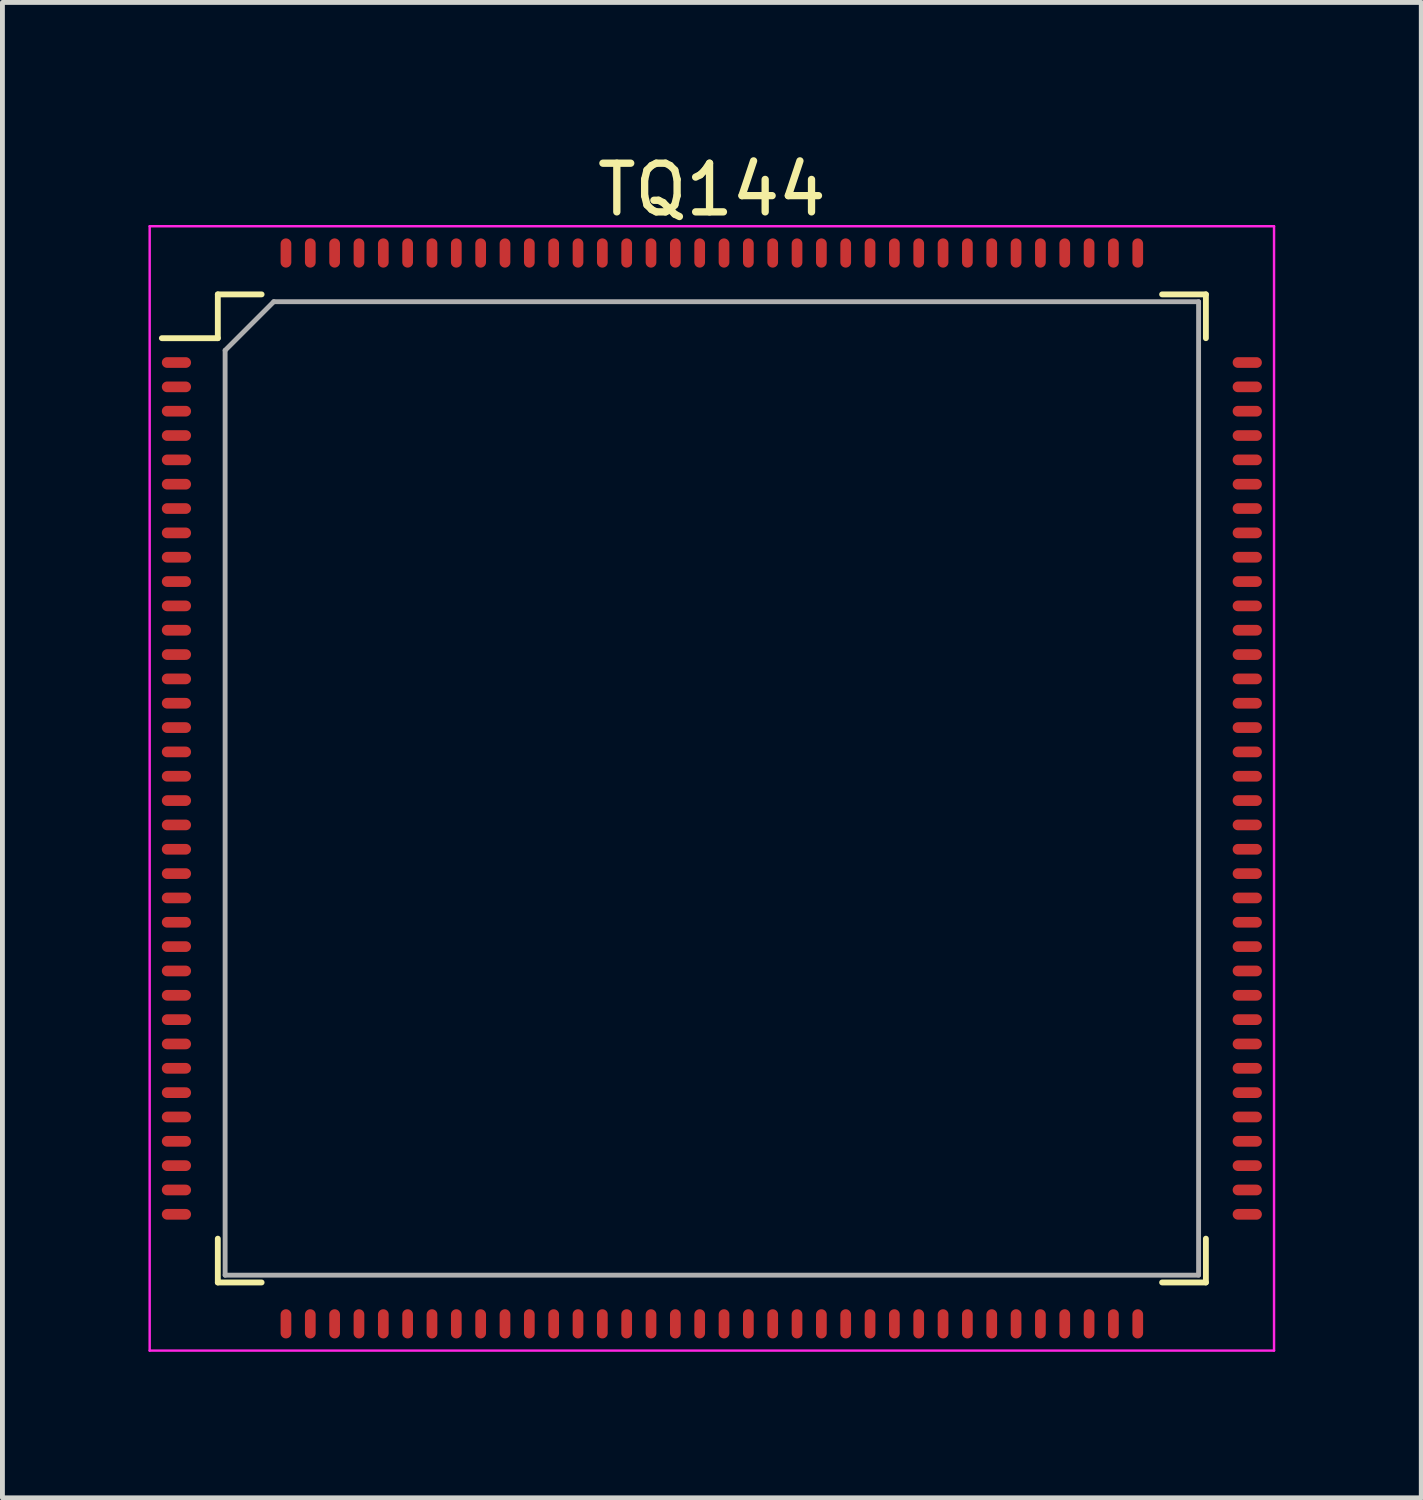
<source format=kicad_pcb>
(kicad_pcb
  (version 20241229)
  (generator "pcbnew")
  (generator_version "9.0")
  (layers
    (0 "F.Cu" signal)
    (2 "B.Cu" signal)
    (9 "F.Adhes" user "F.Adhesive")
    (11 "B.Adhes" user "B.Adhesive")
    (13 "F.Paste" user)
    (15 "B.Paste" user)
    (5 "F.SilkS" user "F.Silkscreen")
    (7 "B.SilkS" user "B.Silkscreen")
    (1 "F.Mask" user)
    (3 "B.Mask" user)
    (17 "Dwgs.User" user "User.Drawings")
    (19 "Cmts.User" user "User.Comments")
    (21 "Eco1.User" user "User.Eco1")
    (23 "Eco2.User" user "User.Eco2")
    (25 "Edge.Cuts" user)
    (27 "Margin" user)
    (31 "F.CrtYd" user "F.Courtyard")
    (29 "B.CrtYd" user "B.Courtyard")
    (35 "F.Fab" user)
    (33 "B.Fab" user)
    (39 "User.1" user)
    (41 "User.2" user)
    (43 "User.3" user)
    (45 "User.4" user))
  (footprint "TQ144"
    (layer "F.Cu")
    (at 11.575 13.148)
    (property "Reference" "TQ144" (at 0 -12.3 0) (layer "F.SilkS") (effects (font (size 1 1) (thickness 0.15))))
    (attr smd)
    (fp_line (start -10.15 -10.15) (end -10.15 -9.25) (stroke (width 0.12) (type default)) (layer "F.SilkS"))
    (fp_line (start -10.15 -9.25) (end -11.3 -9.25) (stroke (width 0.12) (type default)) (layer "F.SilkS"))
    (fp_line (start -10.15 10.15) (end -10.15 9.25) (stroke (width 0.12) (type default)) (layer "F.SilkS"))
    (fp_line (start -9.25 -10.15) (end -10.15 -10.15) (stroke (width 0.12) (type default)) (layer "F.SilkS"))
    (fp_line (start -9.25 10.15) (end -10.15 10.15) (stroke (width 0.12) (type default)) (layer "F.SilkS"))
    (fp_line (start 9.25 -10.15) (end 10.15 -10.15) (stroke (width 0.12) (type default)) (layer "F.SilkS"))
    (fp_line (start 9.25 10.15) (end 10.15 10.15) (stroke (width 0.12) (type default)) (layer "F.SilkS"))
    (fp_line (start 10.15 -10.15) (end 10.15 -9.25) (stroke (width 0.12) (type default)) (layer "F.SilkS"))
    (fp_line (start 10.15 10.15) (end 10.15 9.25) (stroke (width 0.12) (type default)) (layer "F.SilkS"))
    (fp_line (start -11.55 -11.55) (end 11.55 -11.55) (stroke (width 0.05) (type default)) (layer "F.CrtYd"))
    (fp_line (start -11.55 11.55) (end -11.55 -11.55) (stroke (width 0.05) (type default)) (layer "F.CrtYd"))
    (fp_line (start 11.55 -11.55) (end 11.55 11.55) (stroke (width 0.05) (type default)) (layer "F.CrtYd"))
    (fp_line (start 11.55 11.55) (end -11.55 11.55) (stroke (width 0.05) (type default)) (layer "F.CrtYd"))
    (fp_line (start -10 -9) (end -10 10) (stroke (width 0.1) (type default)) (layer "F.Fab"))
    (fp_line (start -10 10) (end 10 10) (stroke (width 0.1) (type default)) (layer "F.Fab"))
    (fp_line (start -9 -10) (end -10 -9) (stroke (width 0.1) (type default)) (layer "F.Fab"))
    (fp_line (start 10 -10) (end -9 -10) (stroke (width 0.1) (type default)) (layer "F.Fab"))
    (fp_line (start 10 10) (end 10 -10) (stroke (width 0.1) (type default)) (layer "F.Fab"))
    (pad "1" smd oval (at -11 -8.75 90) (size 0.22 0.6) (layers "F.Cu" "F.Mask" "F.Paste"))
    (pad "2" smd oval (at -11 -8.25 90) (size 0.22 0.6) (layers "F.Cu" "F.Mask" "F.Paste"))
    (pad "3" smd oval (at -11 -7.75 90) (size 0.22 0.6) (layers "F.Cu" "F.Mask" "F.Paste"))
    (pad "4" smd oval (at -11 -7.25 90) (size 0.22 0.6) (layers "F.Cu" "F.Mask" "F.Paste"))
    (pad "5" smd oval (at -11 -6.75 90) (size 0.22 0.6) (layers "F.Cu" "F.Mask" "F.Paste"))
    (pad "6" smd oval (at -11 -6.25 90) (size 0.22 0.6) (layers "F.Cu" "F.Mask" "F.Paste"))
    (pad "7" smd oval (at -11 -5.75 90) (size 0.22 0.6) (layers "F.Cu" "F.Mask" "F.Paste"))
    (pad "8" smd oval (at -11 -5.25 90) (size 0.22 0.6) (layers "F.Cu" "F.Mask" "F.Paste"))
    (pad "9" smd oval (at -11 -4.75 90) (size 0.22 0.6) (layers "F.Cu" "F.Mask" "F.Paste"))
    (pad "10" smd oval (at -11 -4.25 90) (size 0.22 0.6) (layers "F.Cu" "F.Mask" "F.Paste"))
    (pad "11" smd oval (at -11 -3.75 90) (size 0.22 0.6) (layers "F.Cu" "F.Mask" "F.Paste"))
    (pad "12" smd oval (at -11 -3.25 90) (size 0.22 0.6) (layers "F.Cu" "F.Mask" "F.Paste"))
    (pad "13" smd oval (at -11 -2.75 90) (size 0.22 0.6) (layers "F.Cu" "F.Mask" "F.Paste"))
    (pad "14" smd oval (at -11 -2.25 90) (size 0.22 0.6) (layers "F.Cu" "F.Mask" "F.Paste"))
    (pad "15" smd oval (at -11 -1.75 90) (size 0.22 0.6) (layers "F.Cu" "F.Mask" "F.Paste"))
    (pad "16" smd oval (at -11 -1.25 90) (size 0.22 0.6) (layers "F.Cu" "F.Mask" "F.Paste"))
    (pad "17" smd oval (at -11 -0.75 90) (size 0.22 0.6) (layers "F.Cu" "F.Mask" "F.Paste"))
    (pad "18" smd oval (at -11 -0.25 90) (size 0.22 0.6) (layers "F.Cu" "F.Mask" "F.Paste"))
    (pad "19" smd oval (at -11 0.25 90) (size 0.22 0.6) (layers "F.Cu" "F.Mask" "F.Paste"))
    (pad "20" smd oval (at -11 0.75 90) (size 0.22 0.6) (layers "F.Cu" "F.Mask" "F.Paste"))
    (pad "21" smd oval (at -11 1.25 90) (size 0.22 0.6) (layers "F.Cu" "F.Mask" "F.Paste"))
    (pad "22" smd oval (at -11 1.75 90) (size 0.22 0.6) (layers "F.Cu" "F.Mask" "F.Paste"))
    (pad "23" smd oval (at -11 2.25 90) (size 0.22 0.6) (layers "F.Cu" "F.Mask" "F.Paste"))
    (pad "24" smd oval (at -11 2.75 90) (size 0.22 0.6) (layers "F.Cu" "F.Mask" "F.Paste"))
    (pad "25" smd oval (at -11 3.25 90) (size 0.22 0.6) (layers "F.Cu" "F.Mask" "F.Paste"))
    (pad "26" smd oval (at -11 3.75 90) (size 0.22 0.6) (layers "F.Cu" "F.Mask" "F.Paste"))
    (pad "27" smd oval (at -11 4.25 90) (size 0.22 0.6) (layers "F.Cu" "F.Mask" "F.Paste"))
    (pad "28" smd oval (at -11 4.75 90) (size 0.22 0.6) (layers "F.Cu" "F.Mask" "F.Paste"))
    (pad "29" smd oval (at -11 5.25 90) (size 0.22 0.6) (layers "F.Cu" "F.Mask" "F.Paste"))
    (pad "30" smd oval (at -11 5.75 90) (size 0.22 0.6) (layers "F.Cu" "F.Mask" "F.Paste"))
    (pad "31" smd oval (at -11 6.25 90) (size 0.22 0.6) (layers "F.Cu" "F.Mask" "F.Paste"))
    (pad "32" smd oval (at -11 6.75 90) (size 0.22 0.6) (layers "F.Cu" "F.Mask" "F.Paste"))
    (pad "33" smd oval (at -11 7.25 90) (size 0.22 0.6) (layers "F.Cu" "F.Mask" "F.Paste"))
    (pad "34" smd oval (at -11 7.75 90) (size 0.22 0.6) (layers "F.Cu" "F.Mask" "F.Paste"))
    (pad "35" smd oval (at -11 8.25 90) (size 0.22 0.6) (layers "F.Cu" "F.Mask" "F.Paste"))
    (pad "36" smd oval (at -11 8.75 90) (size 0.22 0.6) (layers "F.Cu" "F.Mask" "F.Paste"))
    (pad "37" smd oval (at -8.75 11) (size 0.22 0.6) (layers "F.Cu" "F.Mask" "F.Paste"))
    (pad "38" smd oval (at -8.25 11) (size 0.22 0.6) (layers "F.Cu" "F.Mask" "F.Paste"))
    (pad "39" smd oval (at -7.75 11) (size 0.22 0.6) (layers "F.Cu" "F.Mask" "F.Paste"))
    (pad "40" smd oval (at -7.25 11) (size 0.22 0.6) (layers "F.Cu" "F.Mask" "F.Paste"))
    (pad "41" smd oval (at -6.75 11) (size 0.22 0.6) (layers "F.Cu" "F.Mask" "F.Paste"))
    (pad "42" smd oval (at -6.25 11) (size 0.22 0.6) (layers "F.Cu" "F.Mask" "F.Paste"))
    (pad "43" smd oval (at -5.75 11) (size 0.22 0.6) (layers "F.Cu" "F.Mask" "F.Paste"))
    (pad "44" smd oval (at -5.25 11) (size 0.22 0.6) (layers "F.Cu" "F.Mask" "F.Paste"))
    (pad "45" smd oval (at -4.75 11) (size 0.22 0.6) (layers "F.Cu" "F.Mask" "F.Paste"))
    (pad "46" smd oval (at -4.25 11) (size 0.22 0.6) (layers "F.Cu" "F.Mask" "F.Paste"))
    (pad "47" smd oval (at -3.75 11) (size 0.22 0.6) (layers "F.Cu" "F.Mask" "F.Paste"))
    (pad "48" smd oval (at -3.25 11) (size 0.22 0.6) (layers "F.Cu" "F.Mask" "F.Paste"))
    (pad "49" smd oval (at -2.75 11) (size 0.22 0.6) (layers "F.Cu" "F.Mask" "F.Paste"))
    (pad "50" smd oval (at -2.25 11) (size 0.22 0.6) (layers "F.Cu" "F.Mask" "F.Paste"))
    (pad "51" smd oval (at -1.75 11) (size 0.22 0.6) (layers "F.Cu" "F.Mask" "F.Paste"))
    (pad "52" smd oval (at -1.25 11) (size 0.22 0.6) (layers "F.Cu" "F.Mask" "F.Paste"))
    (pad "53" smd oval (at -0.75 11) (size 0.22 0.6) (layers "F.Cu" "F.Mask" "F.Paste"))
    (pad "54" smd oval (at -0.25 11) (size 0.22 0.6) (layers "F.Cu" "F.Mask" "F.Paste"))
    (pad "55" smd oval (at 0.25 11) (size 0.22 0.6) (layers "F.Cu" "F.Mask" "F.Paste"))
    (pad "56" smd oval (at 0.75 11) (size 0.22 0.6) (layers "F.Cu" "F.Mask" "F.Paste"))
    (pad "57" smd oval (at 1.25 11) (size 0.22 0.6) (layers "F.Cu" "F.Mask" "F.Paste"))
    (pad "58" smd oval (at 1.75 11) (size 0.22 0.6) (layers "F.Cu" "F.Mask" "F.Paste"))
    (pad "59" smd oval (at 2.25 11) (size 0.22 0.6) (layers "F.Cu" "F.Mask" "F.Paste"))
    (pad "60" smd oval (at 2.75 11) (size 0.22 0.6) (layers "F.Cu" "F.Mask" "F.Paste"))
    (pad "61" smd oval (at 3.25 11) (size 0.22 0.6) (layers "F.Cu" "F.Mask" "F.Paste"))
    (pad "62" smd oval (at 3.75 11) (size 0.22 0.6) (layers "F.Cu" "F.Mask" "F.Paste"))
    (pad "63" smd oval (at 4.25 11) (size 0.22 0.6) (layers "F.Cu" "F.Mask" "F.Paste"))
    (pad "64" smd oval (at 4.75 11) (size 0.22 0.6) (layers "F.Cu" "F.Mask" "F.Paste"))
    (pad "65" smd oval (at 5.25 11) (size 0.22 0.6) (layers "F.Cu" "F.Mask" "F.Paste"))
    (pad "66" smd oval (at 5.75 11) (size 0.22 0.6) (layers "F.Cu" "F.Mask" "F.Paste"))
    (pad "67" smd oval (at 6.25 11) (size 0.22 0.6) (layers "F.Cu" "F.Mask" "F.Paste"))
    (pad "68" smd oval (at 6.75 11) (size 0.22 0.6) (layers "F.Cu" "F.Mask" "F.Paste"))
    (pad "69" smd oval (at 7.25 11) (size 0.22 0.6) (layers "F.Cu" "F.Mask" "F.Paste"))
    (pad "70" smd oval (at 7.75 11) (size 0.22 0.6) (layers "F.Cu" "F.Mask" "F.Paste"))
    (pad "71" smd oval (at 8.25 11) (size 0.22 0.6) (layers "F.Cu" "F.Mask" "F.Paste"))
    (pad "72" smd oval (at 8.75 11) (size 0.22 0.6) (layers "F.Cu" "F.Mask" "F.Paste"))
    (pad "73" smd oval (at 11 8.75 90) (size 0.22 0.6) (layers "F.Cu" "F.Mask" "F.Paste"))
    (pad "74" smd oval (at 11 8.25 90) (size 0.22 0.6) (layers "F.Cu" "F.Mask" "F.Paste"))
    (pad "75" smd oval (at 11 7.75 90) (size 0.22 0.6) (layers "F.Cu" "F.Mask" "F.Paste"))
    (pad "76" smd oval (at 11 7.25 90) (size 0.22 0.6) (layers "F.Cu" "F.Mask" "F.Paste"))
    (pad "77" smd oval (at 11 6.75 90) (size 0.22 0.6) (layers "F.Cu" "F.Mask" "F.Paste"))
    (pad "78" smd oval (at 11 6.25 90) (size 0.22 0.6) (layers "F.Cu" "F.Mask" "F.Paste"))
    (pad "79" smd oval (at 11 5.75 90) (size 0.22 0.6) (layers "F.Cu" "F.Mask" "F.Paste"))
    (pad "80" smd oval (at 11 5.25 90) (size 0.22 0.6) (layers "F.Cu" "F.Mask" "F.Paste"))
    (pad "81" smd oval (at 11 4.75 90) (size 0.22 0.6) (layers "F.Cu" "F.Mask" "F.Paste"))
    (pad "82" smd oval (at 11 4.25 90) (size 0.22 0.6) (layers "F.Cu" "F.Mask" "F.Paste"))
    (pad "83" smd oval (at 11 3.75 90) (size 0.22 0.6) (layers "F.Cu" "F.Mask" "F.Paste"))
    (pad "84" smd oval (at 11 3.25 90) (size 0.22 0.6) (layers "F.Cu" "F.Mask" "F.Paste"))
    (pad "85" smd oval (at 11 2.75 90) (size 0.22 0.6) (layers "F.Cu" "F.Mask" "F.Paste"))
    (pad "86" smd oval (at 11 2.25 90) (size 0.22 0.6) (layers "F.Cu" "F.Mask" "F.Paste"))
    (pad "87" smd oval (at 11 1.75 90) (size 0.22 0.6) (layers "F.Cu" "F.Mask" "F.Paste"))
    (pad "88" smd oval (at 11 1.25 90) (size 0.22 0.6) (layers "F.Cu" "F.Mask" "F.Paste"))
    (pad "89" smd oval (at 11 0.75 90) (size 0.22 0.6) (layers "F.Cu" "F.Mask" "F.Paste"))
    (pad "90" smd oval (at 11 0.25 90) (size 0.22 0.6) (layers "F.Cu" "F.Mask" "F.Paste"))
    (pad "91" smd oval (at 11 -0.25 90) (size 0.22 0.6) (layers "F.Cu" "F.Mask" "F.Paste"))
    (pad "92" smd oval (at 11 -0.75 90) (size 0.22 0.6) (layers "F.Cu" "F.Mask" "F.Paste"))
    (pad "93" smd oval (at 11 -1.25 90) (size 0.22 0.6) (layers "F.Cu" "F.Mask" "F.Paste"))
    (pad "94" smd oval (at 11 -1.75 90) (size 0.22 0.6) (layers "F.Cu" "F.Mask" "F.Paste"))
    (pad "95" smd oval (at 11 -2.25 90) (size 0.22 0.6) (layers "F.Cu" "F.Mask" "F.Paste"))
    (pad "96" smd oval (at 11 -2.75 90) (size 0.22 0.6) (layers "F.Cu" "F.Mask" "F.Paste"))
    (pad "97" smd oval (at 11 -3.25 90) (size 0.22 0.6) (layers "F.Cu" "F.Mask" "F.Paste"))
    (pad "98" smd oval (at 11 -3.75 90) (size 0.22 0.6) (layers "F.Cu" "F.Mask" "F.Paste"))
    (pad "99" smd oval (at 11 -4.25 90) (size 0.22 0.6) (layers "F.Cu" "F.Mask" "F.Paste"))
    (pad "100" smd oval (at 11 -4.75 90) (size 0.22 0.6) (layers "F.Cu" "F.Mask" "F.Paste"))
    (pad "101" smd oval (at 11 -5.25 90) (size 0.22 0.6) (layers "F.Cu" "F.Mask" "F.Paste"))
    (pad "102" smd oval (at 11 -5.75 90) (size 0.22 0.6) (layers "F.Cu" "F.Mask" "F.Paste"))
    (pad "103" smd oval (at 11 -6.25 90) (size 0.22 0.6) (layers "F.Cu" "F.Mask" "F.Paste"))
    (pad "104" smd oval (at 11 -6.75 90) (size 0.22 0.6) (layers "F.Cu" "F.Mask" "F.Paste"))
    (pad "105" smd oval (at 11 -7.25 90) (size 0.22 0.6) (layers "F.Cu" "F.Mask" "F.Paste"))
    (pad "106" smd oval (at 11 -7.75 90) (size 0.22 0.6) (layers "F.Cu" "F.Mask" "F.Paste"))
    (pad "107" smd oval (at 11 -8.25 90) (size 0.22 0.6) (layers "F.Cu" "F.Mask" "F.Paste"))
    (pad "108" smd oval (at 11 -8.75 90) (size 0.22 0.6) (layers "F.Cu" "F.Mask" "F.Paste"))
    (pad "109" smd oval (at 8.75 -11) (size 0.22 0.6) (layers "F.Cu" "F.Mask" "F.Paste"))
    (pad "110" smd oval (at 8.25 -11) (size 0.22 0.6) (layers "F.Cu" "F.Mask" "F.Paste"))
    (pad "111" smd oval (at 7.75 -11) (size 0.22 0.6) (layers "F.Cu" "F.Mask" "F.Paste"))
    (pad "112" smd oval (at 7.25 -11) (size 0.22 0.6) (layers "F.Cu" "F.Mask" "F.Paste"))
    (pad "113" smd oval (at 6.75 -11) (size 0.22 0.6) (layers "F.Cu" "F.Mask" "F.Paste"))
    (pad "114" smd oval (at 6.25 -11) (size 0.22 0.6) (layers "F.Cu" "F.Mask" "F.Paste"))
    (pad "115" smd oval (at 5.75 -11) (size 0.22 0.6) (layers "F.Cu" "F.Mask" "F.Paste"))
    (pad "116" smd oval (at 5.25 -11) (size 0.22 0.6) (layers "F.Cu" "F.Mask" "F.Paste"))
    (pad "117" smd oval (at 4.75 -11) (size 0.22 0.6) (layers "F.Cu" "F.Mask" "F.Paste"))
    (pad "118" smd oval (at 4.25 -11) (size 0.22 0.6) (layers "F.Cu" "F.Mask" "F.Paste"))
    (pad "119" smd oval (at 3.75 -11) (size 0.22 0.6) (layers "F.Cu" "F.Mask" "F.Paste"))
    (pad "120" smd oval (at 3.25 -11) (size 0.22 0.6) (layers "F.Cu" "F.Mask" "F.Paste"))
    (pad "121" smd oval (at 2.75 -11) (size 0.22 0.6) (layers "F.Cu" "F.Mask" "F.Paste"))
    (pad "122" smd oval (at 2.25 -11) (size 0.22 0.6) (layers "F.Cu" "F.Mask" "F.Paste"))
    (pad "123" smd oval (at 1.75 -11) (size 0.22 0.6) (layers "F.Cu" "F.Mask" "F.Paste"))
    (pad "124" smd oval (at 1.25 -11) (size 0.22 0.6) (layers "F.Cu" "F.Mask" "F.Paste"))
    (pad "125" smd oval (at 0.75 -11) (size 0.22 0.6) (layers "F.Cu" "F.Mask" "F.Paste"))
    (pad "126" smd oval (at 0.25 -11) (size 0.22 0.6) (layers "F.Cu" "F.Mask" "F.Paste"))
    (pad "127" smd oval (at -0.25 -11) (size 0.22 0.6) (layers "F.Cu" "F.Mask" "F.Paste"))
    (pad "128" smd oval (at -0.75 -11) (size 0.22 0.6) (layers "F.Cu" "F.Mask" "F.Paste"))
    (pad "129" smd oval (at -1.25 -11) (size 0.22 0.6) (layers "F.Cu" "F.Mask" "F.Paste"))
    (pad "130" smd oval (at -1.75 -11) (size 0.22 0.6) (layers "F.Cu" "F.Mask" "F.Paste"))
    (pad "131" smd oval (at -2.25 -11) (size 0.22 0.6) (layers "F.Cu" "F.Mask" "F.Paste"))
    (pad "132" smd oval (at -2.75 -11) (size 0.22 0.6) (layers "F.Cu" "F.Mask" "F.Paste"))
    (pad "133" smd oval (at -3.25 -11) (size 0.22 0.6) (layers "F.Cu" "F.Mask" "F.Paste"))
    (pad "134" smd oval (at -3.75 -11) (size 0.22 0.6) (layers "F.Cu" "F.Mask" "F.Paste"))
    (pad "135" smd oval (at -4.25 -11) (size 0.22 0.6) (layers "F.Cu" "F.Mask" "F.Paste"))
    (pad "136" smd oval (at -4.75 -11) (size 0.22 0.6) (layers "F.Cu" "F.Mask" "F.Paste"))
    (pad "137" smd oval (at -5.25 -11) (size 0.22 0.6) (layers "F.Cu" "F.Mask" "F.Paste"))
    (pad "138" smd oval (at -5.75 -11) (size 0.22 0.6) (layers "F.Cu" "F.Mask" "F.Paste"))
    (pad "139" smd oval (at -6.25 -11) (size 0.22 0.6) (layers "F.Cu" "F.Mask" "F.Paste"))
    (pad "140" smd oval (at -6.75 -11) (size 0.22 0.6) (layers "F.Cu" "F.Mask" "F.Paste"))
    (pad "141" smd oval (at -7.25 -11) (size 0.22 0.6) (layers "F.Cu" "F.Mask" "F.Paste"))
    (pad "142" smd oval (at -7.75 -11) (size 0.22 0.6) (layers "F.Cu" "F.Mask" "F.Paste"))
    (pad "143" smd oval (at -8.25 -11) (size 0.22 0.6) (layers "F.Cu" "F.Mask" "F.Paste"))
    (pad "144" smd oval (at -8.75 -11) (size 0.22 0.6) (layers "F.Cu" "F.Mask" "F.Paste")))
  (gr_rect
    (start -3 -3)
    (end 26.15 27.723)
    (stroke (width 0.1) (type default))
    (fill no)
    (layer "Edge.Cuts")))
</source>
